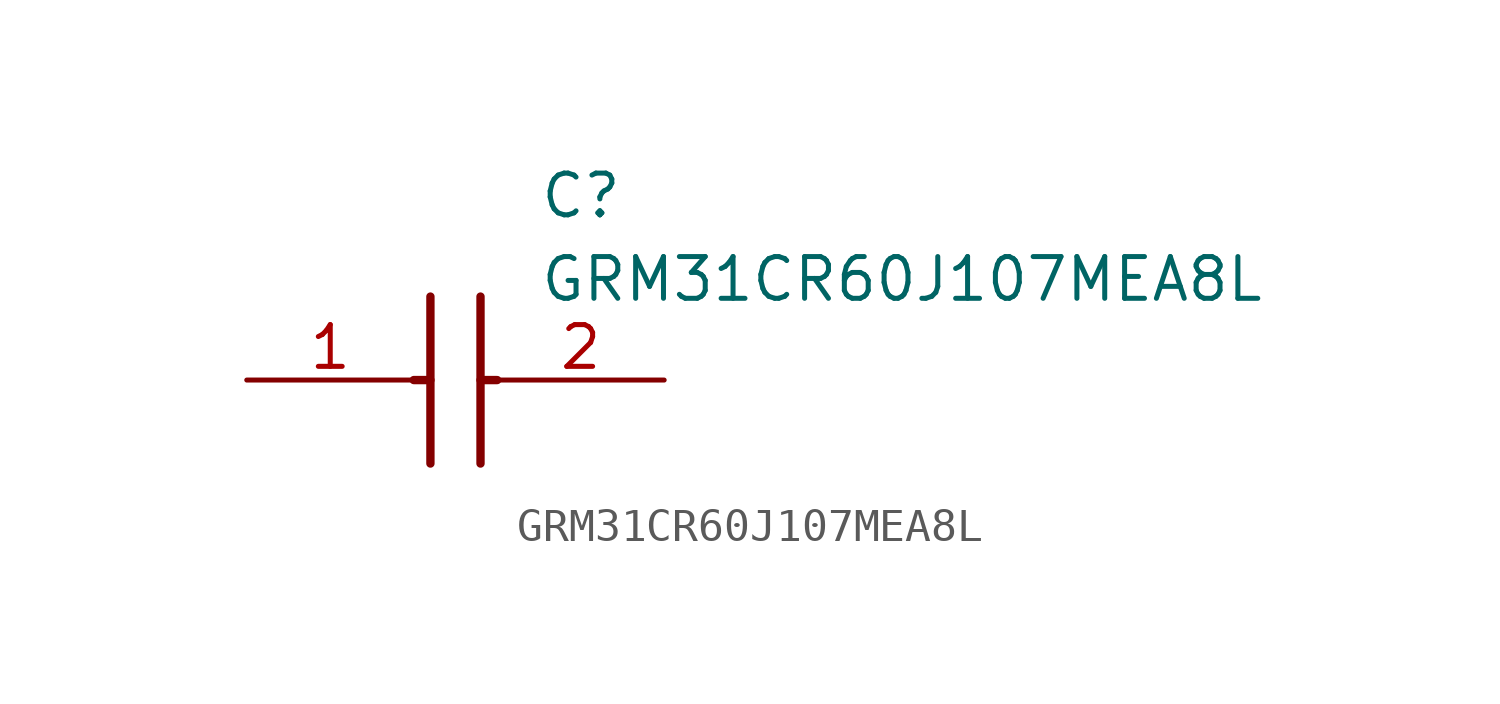
<source format=kicad_sym>
(kicad_symbol_lib
  (version 20211014)
  (generator SamacSys_ECAD_Model)
  (symbol "GRM31CR60J107MEA8L"
    (pin_names hide)
    (property "Reference" "C"
      (at 8.89 6.35 0)
      (effects (font (size 1.27 1.27)) (justify left top)))
    (property "Value" "GRM31CR60J107MEA8L"
      (at 8.89 3.81 0)
      (effects (font (size 1.27 1.27)) (justify left top)))
    (polyline
      (pts (xy 5.588 2.54) (xy 5.588 -2.54))
      (stroke (width 0.254) (type default))
      (fill (type none)))
    (polyline
      (pts (xy 7.112 2.54) (xy 7.112 -2.54))
      (stroke (width 0.254) (type default))
      (fill (type none)))
    (polyline
      (pts (xy 5.08 0) (xy 5.588 0))
      (stroke (width 0.254) (type default))
      (fill (type none)))
    (polyline
      (pts (xy 7.112 0) (xy 7.62 0))
      (stroke (width 0.254) (type default))
      (fill (type none)))
    (pin passive line
      (at 0 0 0)
      (length 5.08)
      (name "1" (effects (font (size 1.27 1.27))))
      (number "1" (effects (font (size 1.27 1.27)))))
    (pin passive line
      (at 12.7 0 180)
      (length 5.08)
      (name "2" (effects (font (size 1.27 1.27))))
      (number "2" (effects (font (size 1.27 1.27)))))))
</source>
